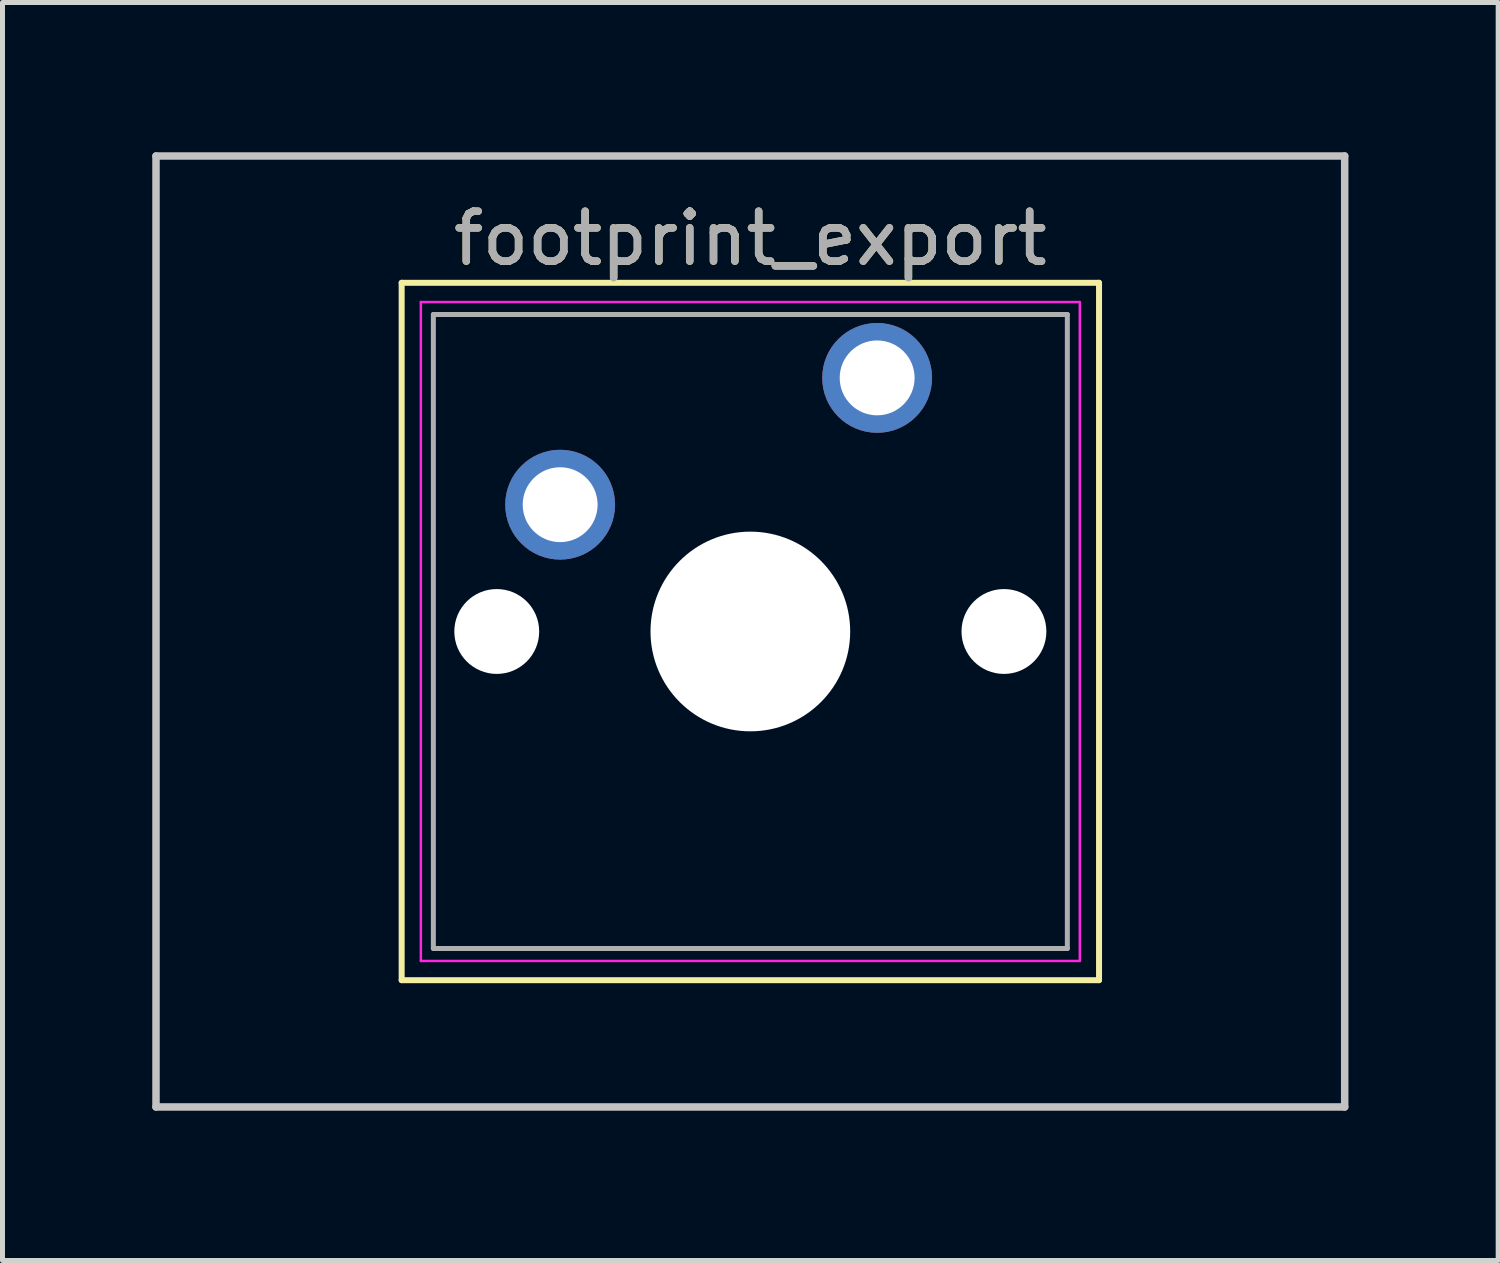
<source format=kicad_pcb>
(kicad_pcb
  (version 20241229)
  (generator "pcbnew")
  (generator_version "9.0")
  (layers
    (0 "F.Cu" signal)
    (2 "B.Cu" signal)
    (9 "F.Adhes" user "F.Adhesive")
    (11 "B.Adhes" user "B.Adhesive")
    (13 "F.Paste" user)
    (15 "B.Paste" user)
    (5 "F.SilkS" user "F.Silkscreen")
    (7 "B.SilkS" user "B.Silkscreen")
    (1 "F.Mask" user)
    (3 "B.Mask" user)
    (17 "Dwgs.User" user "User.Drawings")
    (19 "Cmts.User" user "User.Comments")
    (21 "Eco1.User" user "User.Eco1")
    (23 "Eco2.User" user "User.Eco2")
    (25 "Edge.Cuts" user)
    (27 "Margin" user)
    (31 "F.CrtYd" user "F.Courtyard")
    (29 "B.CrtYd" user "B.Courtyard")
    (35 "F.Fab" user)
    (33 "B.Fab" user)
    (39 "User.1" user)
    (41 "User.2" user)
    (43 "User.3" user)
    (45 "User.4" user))
  (footprint "footprint_export"
    (layer "F.Cu")
    (at 14.521 4.52)
    (property "Reference" "footprint_export" (at -2.54 -2.794 0) (layer "F.SilkS") (effects (font (size 1 1) (thickness 0.15))))
    (attr through_hole)
    (fp_line (start -9.525 -1.905) (end 4.445 -1.905) (stroke (width 0.12) (type solid)) (layer "F.SilkS"))
    (fp_line (start -9.525 12.065) (end -9.525 -1.905) (stroke (width 0.12) (type solid)) (layer "F.SilkS"))
    (fp_line (start 4.445 -1.905) (end 4.445 12.065) (stroke (width 0.12) (type solid)) (layer "F.SilkS"))
    (fp_line (start 4.445 12.065) (end -9.525 12.065) (stroke (width 0.12) (type solid)) (layer "F.SilkS"))
    (fp_line (start -14.446 -4.445) (end 9.366 -4.445) (stroke (width 0.15) (type solid)) (layer "Dwgs.User"))
    (fp_line (start -14.446 14.605) (end -14.446 -4.445) (stroke (width 0.15) (type solid)) (layer "Dwgs.User"))
    (fp_line (start 9.366 -4.445) (end 9.366 14.605) (stroke (width 0.15) (type solid)) (layer "Dwgs.User"))
    (fp_line (start 9.366 14.605) (end -14.446 14.605) (stroke (width 0.15) (type solid)) (layer "Dwgs.User"))
    (fp_line (start -9.14 -1.52) (end 4.06 -1.52) (stroke (width 0.05) (type solid)) (layer "F.CrtYd"))
    (fp_line (start -9.14 11.68) (end -9.14 -1.52) (stroke (width 0.05) (type solid)) (layer "F.CrtYd"))
    (fp_line (start 4.06 -1.52) (end 4.06 11.68) (stroke (width 0.05) (type solid)) (layer "F.CrtYd"))
    (fp_line (start 4.06 11.68) (end -9.14 11.68) (stroke (width 0.05) (type solid)) (layer "F.CrtYd"))
    (fp_line (start -8.89 -1.27) (end 3.81 -1.27) (stroke (width 0.1) (type solid)) (layer "F.Fab"))
    (fp_line (start -8.89 11.43) (end -8.89 -1.27) (stroke (width 0.1) (type solid)) (layer "F.Fab"))
    (fp_line (start 3.81 -1.27) (end 3.81 11.43) (stroke (width 0.1) (type solid)) (layer "F.Fab"))
    (fp_line (start 3.81 11.43) (end -8.89 11.43) (stroke (width 0.1) (type solid)) (layer "F.Fab"))
    (fp_text user "${REFERENCE}" (at -2.54 -2.794 0) (layer "F.Fab") (effects (font (size 1 1) (thickness 0.15))))
    (pad "" np_thru_hole circle (at -7.62 5.08) (size 1.7 1.7) (drill 1.7) (layers "*.Cu" "*.Mask"))
    (pad "" np_thru_hole circle (at -2.54 5.08) (size 4 4) (drill 4) (layers "*.Cu" "*.Mask"))
    (pad "" np_thru_hole circle (at 2.54 5.08) (size 1.7 1.7) (drill 1.7) (layers "*.Cu" "*.Mask"))
    (pad "1" thru_hole circle (at 0 0) (size 2.2 2.2) (drill 1.5) (layers "*.Cu" "*.Mask"))
    (pad "2" thru_hole circle (at -6.35 2.54) (size 2.2 2.2) (drill 1.5) (layers "*.Cu" "*.Mask")))
  (gr_rect
    (start -3 -3)
    (end 26.962 22.2)
    (stroke (width 0.1) (type default))
    (fill no)
    (layer "Edge.Cuts")))
</source>
